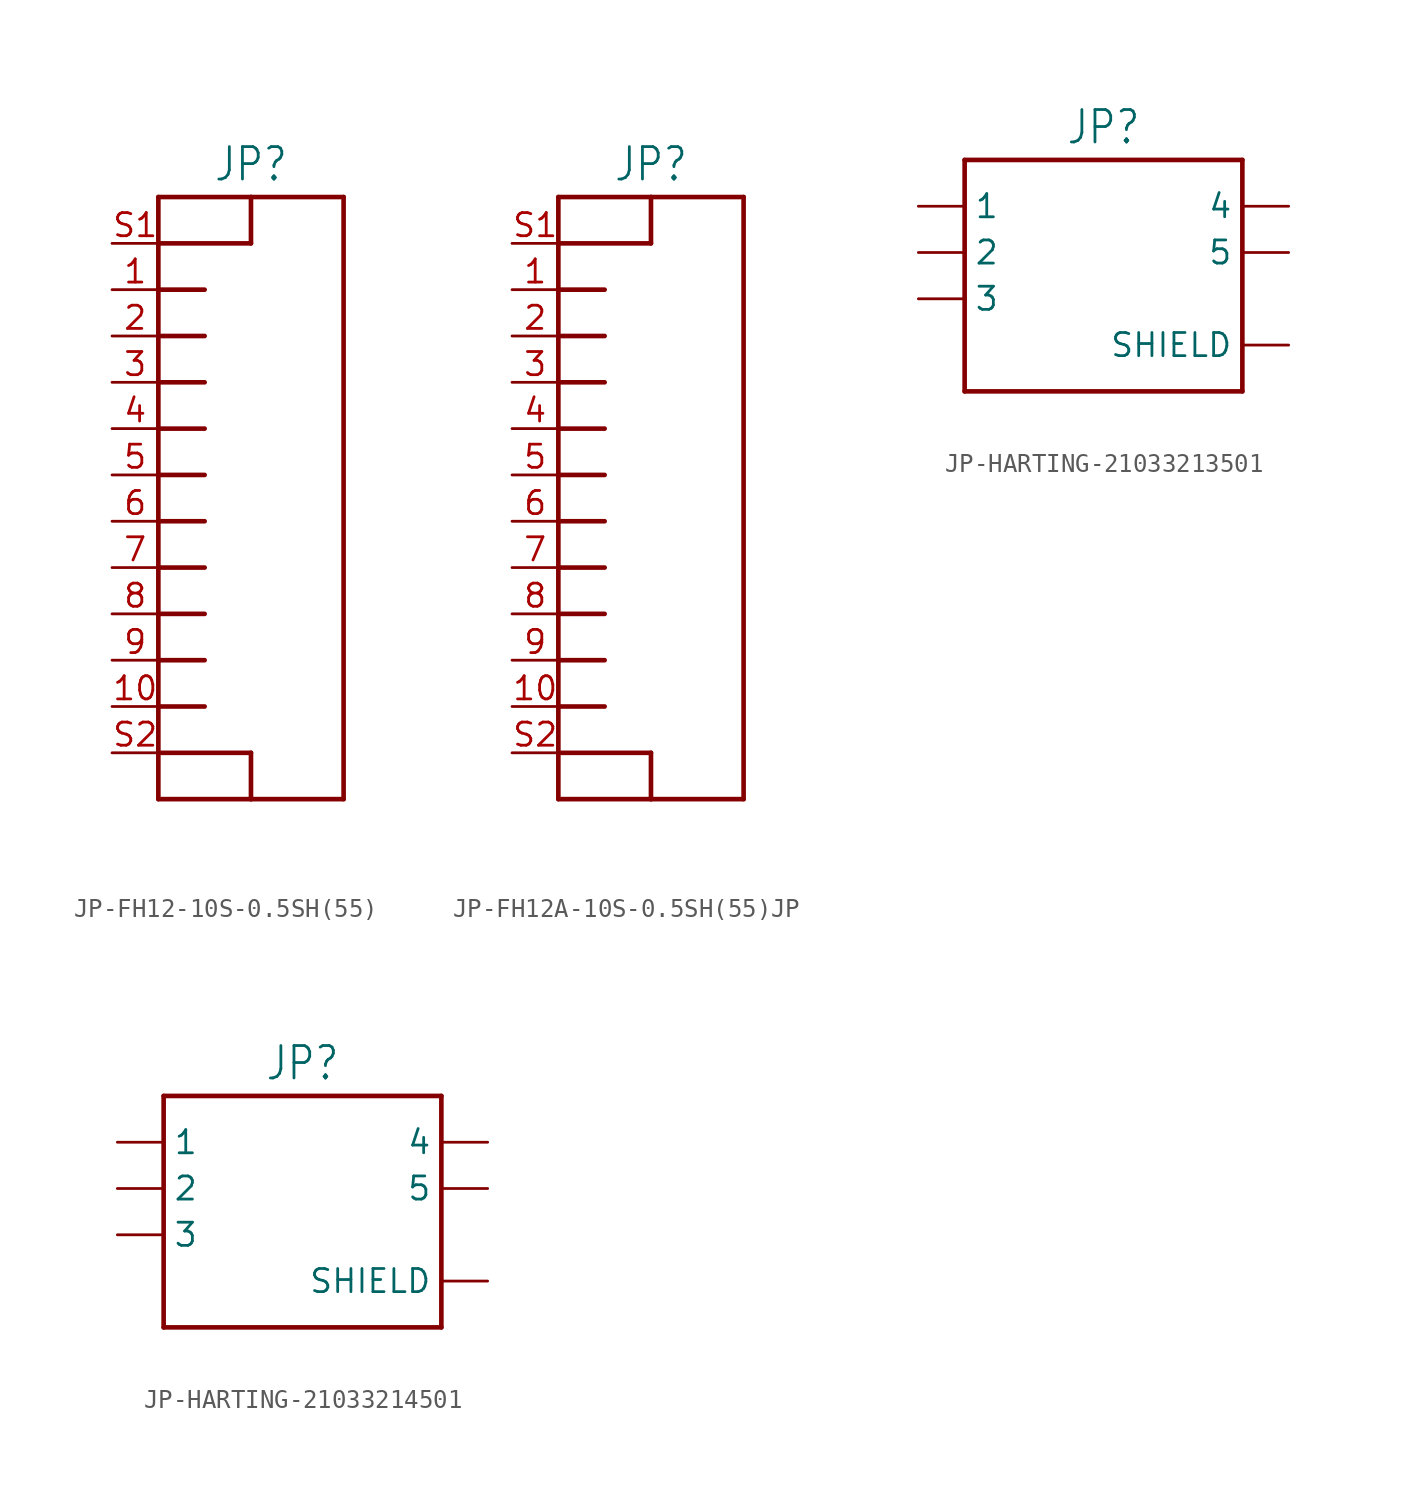
<source format=kicad_sym>
(kicad_symbol_lib
  (version 20231120)
  (generator "kicad_symbol_editor")
  (generator_version "8.0")
  (symbol "JP-FH12-10S-0.5SH(55)"
    (property "Reference" "JP"
      (at 2.54 16.002 0)
      (effects (font (size 1.778 1.511)) (justify bottom)))
    (property "Value" ""
      (at 2.54 -18.542 0)
      (effects (font (size 1.778 1.511)) (justify top)))
    (property "ki_locked" ""
      (at 0 0 0)
      (effects (font (size 1.27 1.27))))
    (symbol "JP-FH12-10S-0.5SH(55)_1_0"
      (polyline (pts (xy -2.54 -17.78) (xy -2.54 -15.24)) (stroke (width 0.254) (type solid)) (fill (type none)))
      (polyline (pts (xy -2.54 -15.24) (xy -2.54 -12.7)) (stroke (width 0.254) (type solid)) (fill (type none)))
      (polyline (pts (xy -2.54 -15.24) (xy 2.54 -15.24)) (stroke (width 0.254) (type solid)) (fill (type none)))
      (polyline (pts (xy -2.54 -12.7) (xy -2.54 -10.16)) (stroke (width 0.254) (type solid)) (fill (type none)))
      (polyline (pts (xy -2.54 -12.7) (xy 0 -12.7)) (stroke (width 0.254) (type solid)) (fill (type none)))
      (polyline (pts (xy -2.54 -10.16) (xy -2.54 -7.62)) (stroke (width 0.254) (type solid)) (fill (type none)))
      (polyline (pts (xy -2.54 -10.16) (xy 0 -10.16)) (stroke (width 0.254) (type solid)) (fill (type none)))
      (polyline (pts (xy -2.54 -7.62) (xy -2.54 -5.08)) (stroke (width 0.254) (type solid)) (fill (type none)))
      (polyline (pts (xy -2.54 -7.62) (xy 0 -7.62)) (stroke (width 0.254) (type solid)) (fill (type none)))
      (polyline (pts (xy -2.54 -5.08) (xy -2.54 -2.54)) (stroke (width 0.254) (type solid)) (fill (type none)))
      (polyline (pts (xy -2.54 -5.08) (xy 0 -5.08)) (stroke (width 0.254) (type solid)) (fill (type none)))
      (polyline (pts (xy -2.54 -2.54) (xy -2.54 0)) (stroke (width 0.254) (type solid)) (fill (type none)))
      (polyline (pts (xy -2.54 -2.54) (xy 0 -2.54)) (stroke (width 0.254) (type solid)) (fill (type none)))
      (polyline (pts (xy -2.54 0) (xy -2.54 2.54)) (stroke (width 0.254) (type solid)) (fill (type none)))
      (polyline (pts (xy -2.54 0) (xy 0 0)) (stroke (width 0.254) (type solid)) (fill (type none)))
      (polyline (pts (xy -2.54 2.54) (xy -2.54 5.08)) (stroke (width 0.254) (type solid)) (fill (type none)))
      (polyline (pts (xy -2.54 2.54) (xy 0 2.54)) (stroke (width 0.254) (type solid)) (fill (type none)))
      (polyline (pts (xy -2.54 5.08) (xy -2.54 7.62)) (stroke (width 0.254) (type solid)) (fill (type none)))
      (polyline (pts (xy -2.54 5.08) (xy 0 5.08)) (stroke (width 0.254) (type solid)) (fill (type none)))
      (polyline (pts (xy -2.54 7.62) (xy -2.54 10.16)) (stroke (width 0.254) (type solid)) (fill (type none)))
      (polyline (pts (xy -2.54 7.62) (xy 0 7.62)) (stroke (width 0.254) (type solid)) (fill (type none)))
      (polyline (pts (xy -2.54 10.16) (xy -2.54 12.7)) (stroke (width 0.254) (type solid)) (fill (type none)))
      (polyline (pts (xy -2.54 10.16) (xy 0 10.16)) (stroke (width 0.254) (type solid)) (fill (type none)))
      (polyline (pts (xy -2.54 12.7) (xy -2.54 15.24)) (stroke (width 0.254) (type solid)) (fill (type none)))
      (polyline (pts (xy -2.54 12.7) (xy 2.54 12.7)) (stroke (width 0.254) (type solid)) (fill (type none)))
      (polyline (pts (xy -2.54 15.24) (xy 2.54 15.24)) (stroke (width 0.254) (type solid)) (fill (type none)))
      (polyline (pts (xy 2.54 -17.78) (xy -2.54 -17.78)) (stroke (width 0.254) (type solid)) (fill (type none)))
      (polyline (pts (xy 2.54 -15.24) (xy 2.54 -17.78)) (stroke (width 0.254) (type solid)) (fill (type none)))
      (polyline (pts (xy 2.54 12.7) (xy 2.54 15.24)) (stroke (width 0.254) (type solid)) (fill (type none)))
      (polyline (pts (xy 2.54 15.24) (xy 7.62 15.24)) (stroke (width 0.254) (type solid)) (fill (type none)))
      (polyline (pts (xy 7.62 -17.78) (xy 2.54 -17.78)) (stroke (width 0.254) (type solid)) (fill (type none)))
      (polyline (pts (xy 7.62 15.24) (xy 7.62 -17.78)) (stroke (width 0.254) (type solid)) (fill (type none)))
      (pin passive line (at -5.08 10.16 0) (length 2.54) (name "1" (effects (font (size 0 0)))) (number "1" (effects (font (size 1.27 1.27)))))
      (pin passive line (at -5.08 -12.7 0) (length 2.54) (name "10" (effects (font (size 0 0)))) (number "10" (effects (font (size 1.27 1.27)))))
      (pin passive line (at -5.08 7.62 0) (length 2.54) (name "2" (effects (font (size 0 0)))) (number "2" (effects (font (size 1.27 1.27)))))
      (pin passive line (at -5.08 5.08 0) (length 2.54) (name "3" (effects (font (size 0 0)))) (number "3" (effects (font (size 1.27 1.27)))))
      (pin passive line (at -5.08 2.54 0) (length 2.54) (name "4" (effects (font (size 0 0)))) (number "4" (effects (font (size 1.27 1.27)))))
      (pin passive line (at -5.08 0 0) (length 2.54) (name "5" (effects (font (size 0 0)))) (number "5" (effects (font (size 1.27 1.27)))))
      (pin passive line (at -5.08 -2.54 0) (length 2.54) (name "6" (effects (font (size 0 0)))) (number "6" (effects (font (size 1.27 1.27)))))
      (pin passive line (at -5.08 -5.08 0) (length 2.54) (name "7" (effects (font (size 0 0)))) (number "7" (effects (font (size 1.27 1.27)))))
      (pin passive line (at -5.08 -7.62 0) (length 2.54) (name "8" (effects (font (size 0 0)))) (number "8" (effects (font (size 1.27 1.27)))))
      (pin passive line (at -5.08 -10.16 0) (length 2.54) (name "9" (effects (font (size 0 0)))) (number "9" (effects (font (size 1.27 1.27)))))
      (pin passive line (at -5.08 12.7 0) (length 2.54) (name "S1" (effects (font (size 0 0)))) (number "S1" (effects (font (size 1.27 1.27)))))
      (pin passive line (at -5.08 -15.24 0) (length 2.54) (name "S2" (effects (font (size 0 0)))) (number "S2" (effects (font (size 1.27 1.27)))))))
  (symbol "JP-FH12A-10S-0.5SH(55)JP"
    (property "Reference" "JP"
      (at 2.54 16.002 0)
      (effects (font (size 1.778 1.511)) (justify bottom)))
    (property "Value" ""
      (at 2.54 -18.542 0)
      (effects (font (size 1.778 1.511)) (justify top)))
    (property "ki_locked" ""
      (at 0 0 0)
      (effects (font (size 1.27 1.27))))
    (symbol "JP-FH12A-10S-0.5SH(55)JP_1_0"
      (polyline (pts (xy -2.54 -17.78) (xy -2.54 -15.24)) (stroke (width 0.254) (type solid)) (fill (type none)))
      (polyline (pts (xy -2.54 -15.24) (xy -2.54 -12.7)) (stroke (width 0.254) (type solid)) (fill (type none)))
      (polyline (pts (xy -2.54 -15.24) (xy 2.54 -15.24)) (stroke (width 0.254) (type solid)) (fill (type none)))
      (polyline (pts (xy -2.54 -12.7) (xy -2.54 -10.16)) (stroke (width 0.254) (type solid)) (fill (type none)))
      (polyline (pts (xy -2.54 -12.7) (xy 0 -12.7)) (stroke (width 0.254) (type solid)) (fill (type none)))
      (polyline (pts (xy -2.54 -10.16) (xy -2.54 -7.62)) (stroke (width 0.254) (type solid)) (fill (type none)))
      (polyline (pts (xy -2.54 -10.16) (xy 0 -10.16)) (stroke (width 0.254) (type solid)) (fill (type none)))
      (polyline (pts (xy -2.54 -7.62) (xy -2.54 -5.08)) (stroke (width 0.254) (type solid)) (fill (type none)))
      (polyline (pts (xy -2.54 -7.62) (xy 0 -7.62)) (stroke (width 0.254) (type solid)) (fill (type none)))
      (polyline (pts (xy -2.54 -5.08) (xy -2.54 -2.54)) (stroke (width 0.254) (type solid)) (fill (type none)))
      (polyline (pts (xy -2.54 -5.08) (xy 0 -5.08)) (stroke (width 0.254) (type solid)) (fill (type none)))
      (polyline (pts (xy -2.54 -2.54) (xy -2.54 0)) (stroke (width 0.254) (type solid)) (fill (type none)))
      (polyline (pts (xy -2.54 -2.54) (xy 0 -2.54)) (stroke (width 0.254) (type solid)) (fill (type none)))
      (polyline (pts (xy -2.54 0) (xy -2.54 2.54)) (stroke (width 0.254) (type solid)) (fill (type none)))
      (polyline (pts (xy -2.54 0) (xy 0 0)) (stroke (width 0.254) (type solid)) (fill (type none)))
      (polyline (pts (xy -2.54 2.54) (xy -2.54 5.08)) (stroke (width 0.254) (type solid)) (fill (type none)))
      (polyline (pts (xy -2.54 2.54) (xy 0 2.54)) (stroke (width 0.254) (type solid)) (fill (type none)))
      (polyline (pts (xy -2.54 5.08) (xy -2.54 7.62)) (stroke (width 0.254) (type solid)) (fill (type none)))
      (polyline (pts (xy -2.54 5.08) (xy 0 5.08)) (stroke (width 0.254) (type solid)) (fill (type none)))
      (polyline (pts (xy -2.54 7.62) (xy -2.54 10.16)) (stroke (width 0.254) (type solid)) (fill (type none)))
      (polyline (pts (xy -2.54 7.62) (xy 0 7.62)) (stroke (width 0.254) (type solid)) (fill (type none)))
      (polyline (pts (xy -2.54 10.16) (xy -2.54 12.7)) (stroke (width 0.254) (type solid)) (fill (type none)))
      (polyline (pts (xy -2.54 10.16) (xy 0 10.16)) (stroke (width 0.254) (type solid)) (fill (type none)))
      (polyline (pts (xy -2.54 12.7) (xy -2.54 15.24)) (stroke (width 0.254) (type solid)) (fill (type none)))
      (polyline (pts (xy -2.54 12.7) (xy 2.54 12.7)) (stroke (width 0.254) (type solid)) (fill (type none)))
      (polyline (pts (xy -2.54 15.24) (xy 2.54 15.24)) (stroke (width 0.254) (type solid)) (fill (type none)))
      (polyline (pts (xy 2.54 -17.78) (xy -2.54 -17.78)) (stroke (width 0.254) (type solid)) (fill (type none)))
      (polyline (pts (xy 2.54 -15.24) (xy 2.54 -17.78)) (stroke (width 0.254) (type solid)) (fill (type none)))
      (polyline (pts (xy 2.54 12.7) (xy 2.54 15.24)) (stroke (width 0.254) (type solid)) (fill (type none)))
      (polyline (pts (xy 2.54 15.24) (xy 7.62 15.24)) (stroke (width 0.254) (type solid)) (fill (type none)))
      (polyline (pts (xy 7.62 -17.78) (xy 2.54 -17.78)) (stroke (width 0.254) (type solid)) (fill (type none)))
      (polyline (pts (xy 7.62 15.24) (xy 7.62 -17.78)) (stroke (width 0.254) (type solid)) (fill (type none)))
      (pin passive line (at -5.08 10.16 0) (length 2.54) (name "1" (effects (font (size 0 0)))) (number "1" (effects (font (size 1.27 1.27)))))
      (pin passive line (at -5.08 -12.7 0) (length 2.54) (name "10" (effects (font (size 0 0)))) (number "10" (effects (font (size 1.27 1.27)))))
      (pin passive line (at -5.08 7.62 0) (length 2.54) (name "2" (effects (font (size 0 0)))) (number "2" (effects (font (size 1.27 1.27)))))
      (pin passive line (at -5.08 5.08 0) (length 2.54) (name "3" (effects (font (size 0 0)))) (number "3" (effects (font (size 1.27 1.27)))))
      (pin passive line (at -5.08 2.54 0) (length 2.54) (name "4" (effects (font (size 0 0)))) (number "4" (effects (font (size 1.27 1.27)))))
      (pin passive line (at -5.08 0 0) (length 2.54) (name "5" (effects (font (size 0 0)))) (number "5" (effects (font (size 1.27 1.27)))))
      (pin passive line (at -5.08 -2.54 0) (length 2.54) (name "6" (effects (font (size 0 0)))) (number "6" (effects (font (size 1.27 1.27)))))
      (pin passive line (at -5.08 -5.08 0) (length 2.54) (name "7" (effects (font (size 0 0)))) (number "7" (effects (font (size 1.27 1.27)))))
      (pin passive line (at -5.08 -7.62 0) (length 2.54) (name "8" (effects (font (size 0 0)))) (number "8" (effects (font (size 1.27 1.27)))))
      (pin passive line (at -5.08 -10.16 0) (length 2.54) (name "9" (effects (font (size 0 0)))) (number "9" (effects (font (size 1.27 1.27)))))
      (pin passive line (at -5.08 12.7 0) (length 2.54) (name "S1" (effects (font (size 0 0)))) (number "S1" (effects (font (size 1.27 1.27)))))
      (pin passive line (at -5.08 -15.24 0) (length 2.54) (name "S2" (effects (font (size 0 0)))) (number "S2" (effects (font (size 1.27 1.27)))))))
  (symbol "JP-HARTING-21033213501"
    (property "Reference" "JP"
      (at 0 5.842 0)
      (effects (font (size 1.778 1.511)) (justify bottom)))
    (property "Value" ""
      (at 0 -8.382 0)
      (effects (font (size 1.778 1.511)) (justify top)))
    (property "ki_locked" ""
      (at 0 0 0)
      (effects (font (size 1.27 1.27))))
    (symbol "JP-HARTING-21033213501_1_0"
      (polyline (pts (xy -7.62 5.08) (xy -7.62 -7.62)) (stroke (width 0.254) (type solid)) (fill (type none)))
      (polyline (pts (xy -7.62 5.08) (xy 7.62 5.08)) (stroke (width 0.254) (type solid)) (fill (type none)))
      (polyline (pts (xy 7.62 -7.62) (xy -7.62 -7.62)) (stroke (width 0.254) (type solid)) (fill (type none)))
      (polyline (pts (xy 7.62 5.08) (xy 7.62 -7.62)) (stroke (width 0.254) (type solid)) (fill (type none)))
      (pin passive line (at -10.16 2.54 0) (length 2.54) (name "1" (effects (font (size 1.27 1.27)))) (number "1" (effects (font (size 0 0)))))
      (pin passive line (at -10.16 0 0) (length 2.54) (name "2" (effects (font (size 1.27 1.27)))) (number "2" (effects (font (size 0 0)))))
      (pin passive line (at -10.16 -2.54 0) (length 2.54) (name "3" (effects (font (size 1.27 1.27)))) (number "3" (effects (font (size 0 0)))))
      (pin passive line (at 10.16 2.54 180) (length 2.54) (name "4" (effects (font (size 1.27 1.27)))) (number "4" (effects (font (size 0 0)))))
      (pin passive line (at 10.16 0 180) (length 2.54) (name "5" (effects (font (size 1.27 1.27)))) (number "5" (effects (font (size 0 0)))))
      (pin passive line (at 10.16 -5.08 180) (length 2.54) (name "SHIELD" (effects (font (size 1.27 1.27)))) (number "SH" (effects (font (size 0 0)))))))
  (symbol "JP-HARTING-21033214501"
    (property "Reference" "JP"
      (at 0 5.842 0)
      (effects (font (size 1.778 1.511)) (justify bottom)))
    (property "Value" ""
      (at 0 -8.382 0)
      (effects (font (size 1.778 1.511)) (justify top)))
    (property "ki_locked" ""
      (at 0 0 0)
      (effects (font (size 1.27 1.27))))
    (symbol "JP-HARTING-21033214501_1_0"
      (polyline (pts (xy -7.62 5.08) (xy -7.62 -7.62)) (stroke (width 0.254) (type solid)) (fill (type none)))
      (polyline (pts (xy -7.62 5.08) (xy 7.62 5.08)) (stroke (width 0.254) (type solid)) (fill (type none)))
      (polyline (pts (xy 7.62 -7.62) (xy -7.62 -7.62)) (stroke (width 0.254) (type solid)) (fill (type none)))
      (polyline (pts (xy 7.62 5.08) (xy 7.62 -7.62)) (stroke (width 0.254) (type solid)) (fill (type none)))
      (pin passive line (at -10.16 2.54 0) (length 2.54) (name "1" (effects (font (size 1.27 1.27)))) (number "1" (effects (font (size 0 0)))))
      (pin passive line (at -10.16 0 0) (length 2.54) (name "2" (effects (font (size 1.27 1.27)))) (number "2" (effects (font (size 0 0)))))
      (pin passive line (at -10.16 -2.54 0) (length 2.54) (name "3" (effects (font (size 1.27 1.27)))) (number "3" (effects (font (size 0 0)))))
      (pin passive line (at 10.16 2.54 180) (length 2.54) (name "4" (effects (font (size 1.27 1.27)))) (number "4" (effects (font (size 0 0)))))
      (pin passive line (at 10.16 0 180) (length 2.54) (name "5" (effects (font (size 1.27 1.27)))) (number "5" (effects (font (size 0 0)))))
      (pin passive line (at 10.16 -5.08 180) (length 2.54) (name "SHIELD" (effects (font (size 1.27 1.27)))) (number "SH" (effects (font (size 0 0))))))))
</source>
